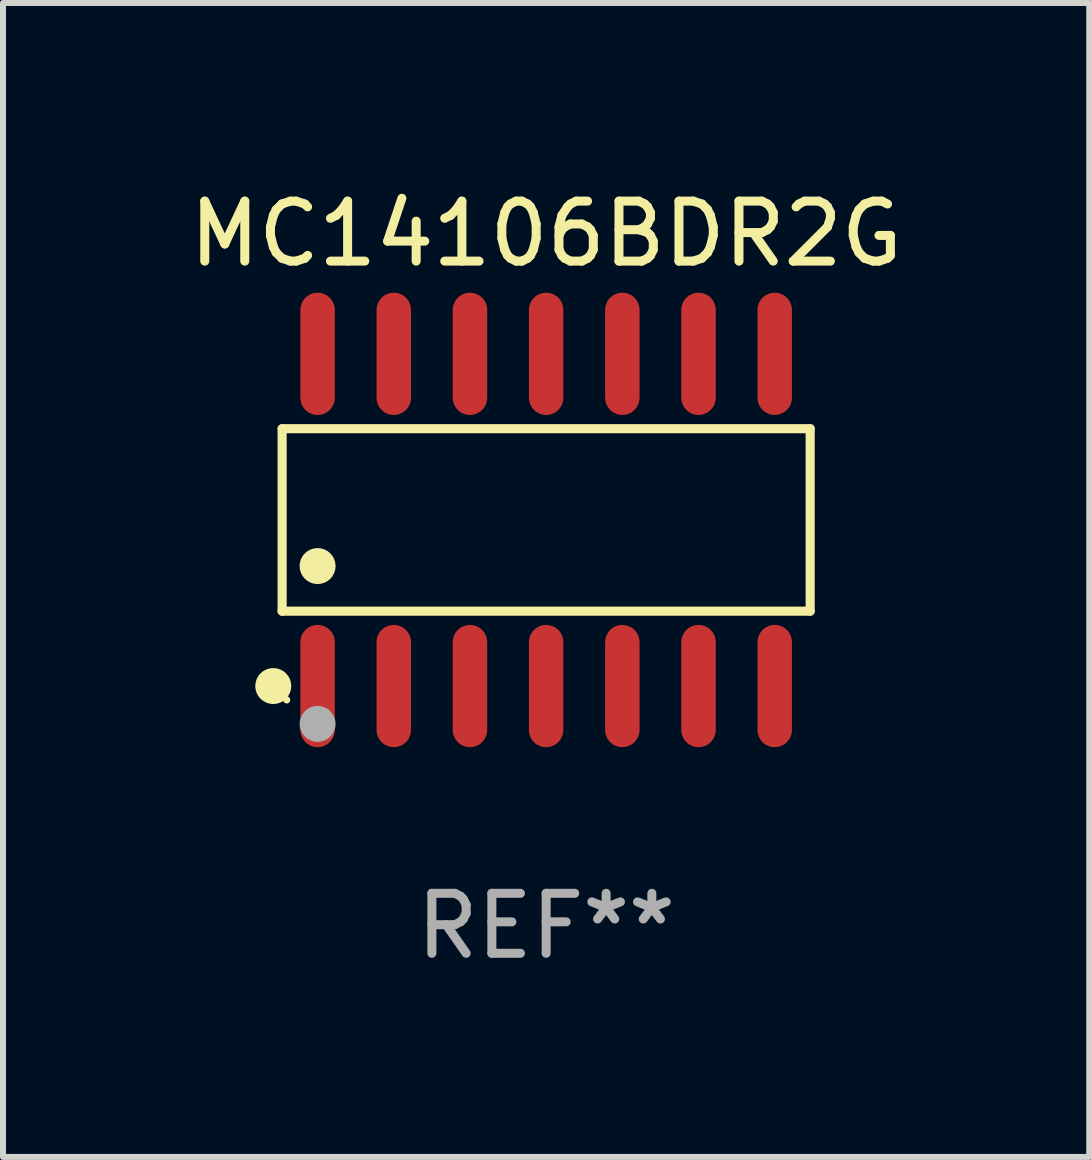
<source format=kicad_pcb>
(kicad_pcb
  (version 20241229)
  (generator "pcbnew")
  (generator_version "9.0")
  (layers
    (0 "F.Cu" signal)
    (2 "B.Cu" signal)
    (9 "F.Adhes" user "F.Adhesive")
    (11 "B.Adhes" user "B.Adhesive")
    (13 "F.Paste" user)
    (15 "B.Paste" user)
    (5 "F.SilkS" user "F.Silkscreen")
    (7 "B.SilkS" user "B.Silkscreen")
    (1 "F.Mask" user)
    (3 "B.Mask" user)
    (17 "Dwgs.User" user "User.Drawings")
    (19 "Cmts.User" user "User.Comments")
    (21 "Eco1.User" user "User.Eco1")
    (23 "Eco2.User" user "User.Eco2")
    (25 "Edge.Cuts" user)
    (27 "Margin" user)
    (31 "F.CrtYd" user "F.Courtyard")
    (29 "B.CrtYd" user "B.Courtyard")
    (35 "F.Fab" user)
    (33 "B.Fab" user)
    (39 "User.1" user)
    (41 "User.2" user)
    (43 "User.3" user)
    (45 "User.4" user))
  (footprint "MC14106BDR2G"
    (layer "F.Cu")
    (at 6.054 5.617)
    (property "Reference" "MC14106BDR2G" (at 0 -4.769 0) (layer "F.SilkS") (effects (font (size 1 1) (thickness 0.15))))
    (attr through_hole)
    (fp_line (start -4.401 -1.521) (end 4.401 -1.521) (stroke (width 0.152) (type solid)) (layer "F.SilkS"))
    (fp_line (start -4.401 1.521) (end -4.401 -1.521) (stroke (width 0.152) (type solid)) (layer "F.SilkS"))
    (fp_line (start 4.401 -1.521) (end 4.401 1.521) (stroke (width 0.152) (type solid)) (layer "F.SilkS"))
    (fp_line (start 4.401 1.521) (end -4.401 1.521) (stroke (width 0.152) (type solid)) (layer "F.SilkS"))
    (fp_circle (center -4.549 2.769) (end -4.399 2.769) (stroke (width 0.3) (type solid)) (fill no) (layer "F.SilkS"))
    (fp_circle (center -4.325 3) (end -4.295 3) (stroke (width 0.06) (type solid)) (fill no) (layer "F.SilkS"))
    (fp_circle (center -3.81 0.769) (end -3.66 0.769) (stroke (width 0.3) (type solid)) (fill no) (layer "F.SilkS"))
    (fp_circle (center -3.81 3.4) (end -3.66 3.4) (stroke (width 0.3) (type solid)) (fill no) (layer "F.Fab"))
    (fp_text user "REF**" (at 0 6.769 0) (layer "F.Fab") (effects (font (size 1 1) (thickness 0.15))))
    (pad "1" smd oval (at -3.81 2.769) (size 0.574 2.038) (layers "F.Cu" "F.Mask" "F.Paste"))
    (pad "2" smd oval (at -2.54 2.769) (size 0.574 2.038) (layers "F.Cu" "F.Mask" "F.Paste"))
    (pad "3" smd oval (at -1.27 2.769) (size 0.574 2.038) (layers "F.Cu" "F.Mask" "F.Paste"))
    (pad "4" smd oval (at 0 2.769) (size 0.574 2.038) (layers "F.Cu" "F.Mask" "F.Paste"))
    (pad "5" smd oval (at 1.27 2.769) (size 0.574 2.038) (layers "F.Cu" "F.Mask" "F.Paste"))
    (pad "6" smd oval (at 2.54 2.769) (size 0.574 2.038) (layers "F.Cu" "F.Mask" "F.Paste"))
    (pad "7" smd oval (at 3.81 2.769) (size 0.574 2.038) (layers "F.Cu" "F.Mask" "F.Paste"))
    (pad "8" smd oval (at 3.81 -2.769) (size 0.574 2.038) (layers "F.Cu" "F.Mask" "F.Paste"))
    (pad "9" smd oval (at 2.54 -2.769) (size 0.574 2.038) (layers "F.Cu" "F.Mask" "F.Paste"))
    (pad "10" smd oval (at 1.27 -2.769) (size 0.574 2.038) (layers "F.Cu" "F.Mask" "F.Paste"))
    (pad "11" smd oval (at 0 -2.769) (size 0.574 2.038) (layers "F.Cu" "F.Mask" "F.Paste"))
    (pad "12" smd oval (at -1.27 -2.769) (size 0.574 2.038) (layers "F.Cu" "F.Mask" "F.Paste"))
    (pad "13" smd oval (at -2.54 -2.769) (size 0.574 2.038) (layers "F.Cu" "F.Mask" "F.Paste"))
    (pad "14" smd oval (at -3.81 -2.769) (size 0.574 2.038) (layers "F.Cu" "F.Mask" "F.Paste")))
  (gr_rect
    (start -3 -3)
    (end 15.107 16.235)
    (stroke (width 0.1) (type default))
    (fill no)
    (layer "Edge.Cuts")))
</source>
